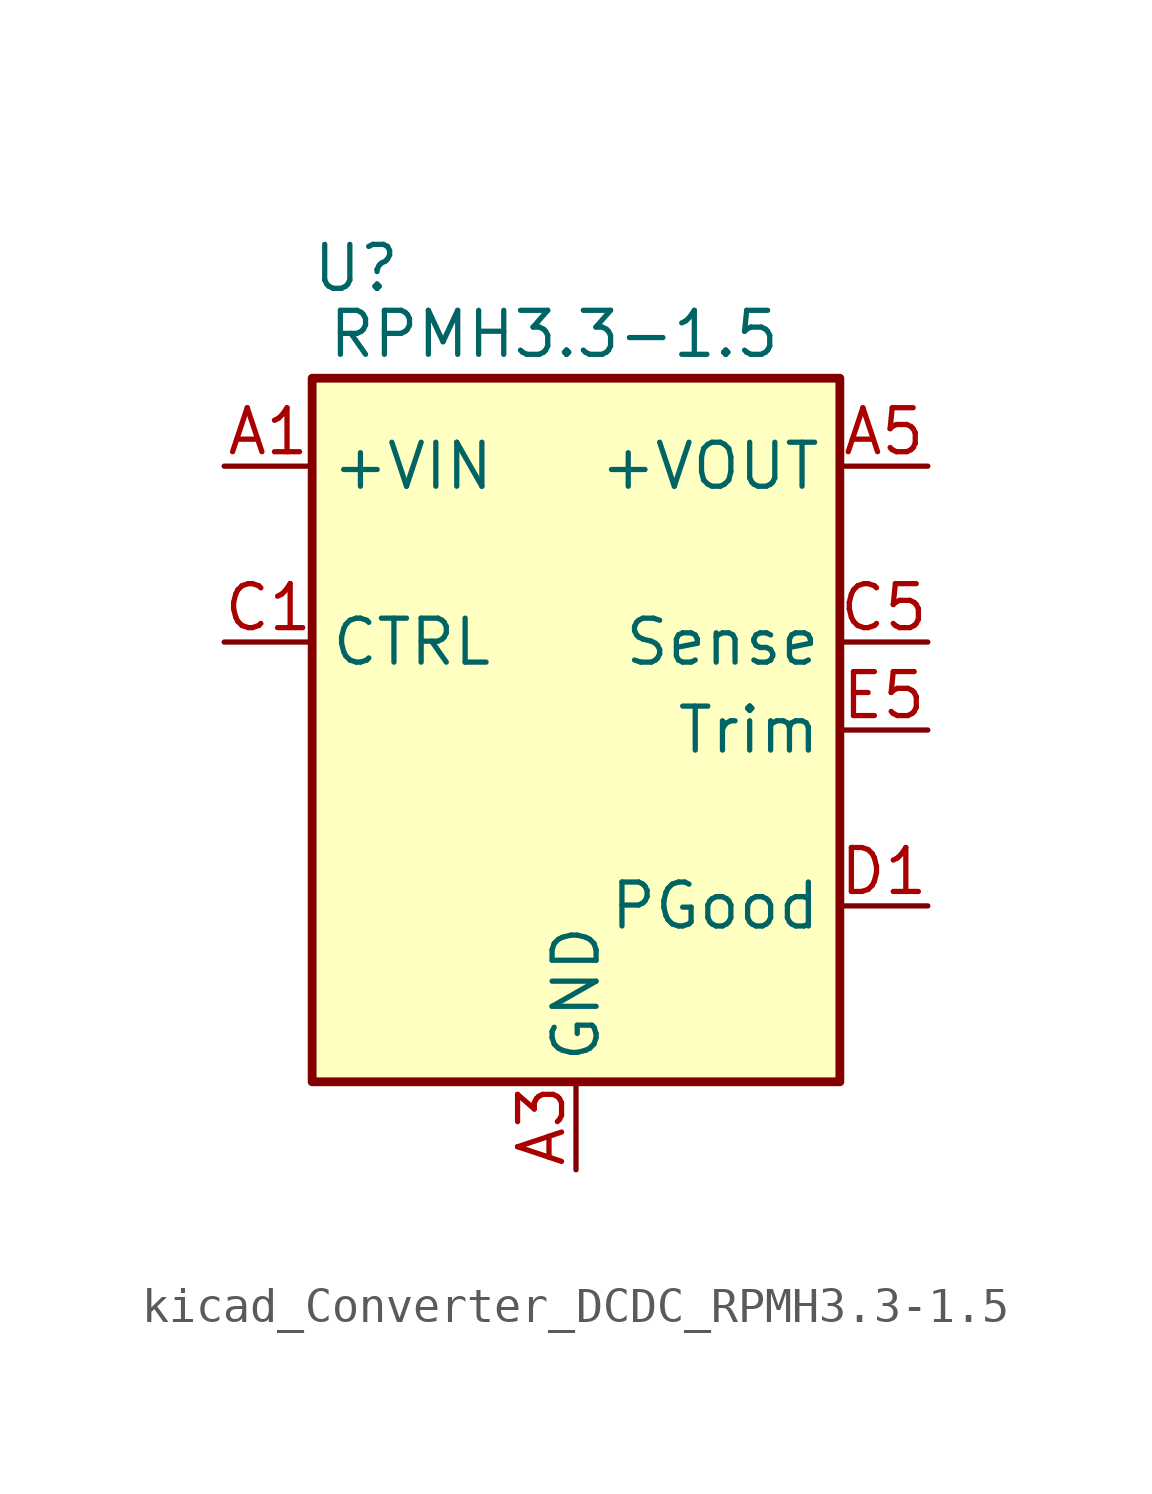
<source format=kicad_sym>
(kicad_symbol_lib
  (version 20220914)
  (generator kicad_symbol_editor)
  (symbol "kicad_Converter_DCDC_RPMH3.3-1.5"
    (property "Reference" "U"
      (at -6.35 13.335 0)
      (effects (font (size 1.27 1.27))))
    (property "Value" "RPMH3.3-1.5"
      (at -0.635 11.43 0)
      (effects (font (size 1.27 1.27))))
    (symbol "kicad_Converter_DCDC_RPMH3.3-1.5_0_1"
      (rectangle (start -7.62 10.16) (end 7.62 -10.16) (stroke (width 0.254) (type default)) (fill (type background))))
    (symbol "kicad_Converter_DCDC_RPMH3.3-1.5_1_1"
      (pin power_in line (at -10.16 7.62 0) (length 2.54) (name "+VIN" (effects (font (size 1.27 1.27)))) (number "A1" (effects (font (size 1.27 1.27)))))
      (pin passive line (at -10.16 7.62 0) (length 2.54) hide (name "+VIN" (effects (font (size 1.27 1.27)))) (number "A2" (effects (font (size 1.27 1.27)))))
      (pin power_in line (at 0 -12.7 90) (length 2.54) (name "GND" (effects (font (size 1.27 1.27)))) (number "A3" (effects (font (size 1.27 1.27)))))
      (pin passive line (at 0 -12.7 90) (length 2.54) hide (name "GND" (effects (font (size 1.27 1.27)))) (number "A4" (effects (font (size 1.27 1.27)))))
      (pin power_out line (at 10.16 7.62 180) (length 2.54) (name "+VOUT" (effects (font (size 1.27 1.27)))) (number "A5" (effects (font (size 1.27 1.27)))))
      (pin passive line (at 0 -12.7 90) (length 2.54) hide (name "GND" (effects (font (size 1.27 1.27)))) (number "B1" (effects (font (size 1.27 1.27)))))
      (pin passive line (at 0 -12.7 90) (length 2.54) hide (name "GND" (effects (font (size 1.27 1.27)))) (number "B2" (effects (font (size 1.27 1.27)))))
      (pin passive line (at 0 -12.7 90) (length 2.54) hide (name "GND" (effects (font (size 1.27 1.27)))) (number "B3" (effects (font (size 1.27 1.27)))))
      (pin passive line (at 0 -12.7 90) (length 2.54) hide (name "GND" (effects (font (size 1.27 1.27)))) (number "B4" (effects (font (size 1.27 1.27)))))
      (pin passive line (at 10.16 7.62 180) (length 2.54) hide (name "+VOUT" (effects (font (size 1.27 1.27)))) (number "B5" (effects (font (size 1.27 1.27)))))
      (pin input line (at -10.16 2.54 0) (length 2.54) (name "CTRL" (effects (font (size 1.27 1.27)))) (number "C1" (effects (font (size 1.27 1.27)))))
      (pin passive line (at 0 -12.7 90) (length 2.54) hide (name "GND" (effects (font (size 1.27 1.27)))) (number "C2" (effects (font (size 1.27 1.27)))))
      (pin passive line (at 0 -12.7 90) (length 2.54) hide (name "GND" (effects (font (size 1.27 1.27)))) (number "C3" (effects (font (size 1.27 1.27)))))
      (pin passive line (at 0 -12.7 90) (length 2.54) hide (name "GND" (effects (font (size 1.27 1.27)))) (number "C4" (effects (font (size 1.27 1.27)))))
      (pin input line (at 10.16 2.54 180) (length 2.54) (name "Sense" (effects (font (size 1.27 1.27)))) (number "C5" (effects (font (size 1.27 1.27)))))
      (pin output line (at 10.16 -5.08 180) (length 2.54) (name "PGood" (effects (font (size 1.27 1.27)))) (number "D1" (effects (font (size 1.27 1.27)))))
      (pin passive line (at 0 -12.7 90) (length 2.54) hide (name "GND" (effects (font (size 1.27 1.27)))) (number "D2" (effects (font (size 1.27 1.27)))))
      (pin passive line (at 0 -12.7 90) (length 2.54) hide (name "GND" (effects (font (size 1.27 1.27)))) (number "D3" (effects (font (size 1.27 1.27)))))
      (pin passive line (at 0 -12.7 90) (length 2.54) hide (name "GND" (effects (font (size 1.27 1.27)))) (number "D4" (effects (font (size 1.27 1.27)))))
      (pin passive line (at 0 -12.7 90) (length 2.54) hide (name "GND" (effects (font (size 1.27 1.27)))) (number "D5" (effects (font (size 1.27 1.27)))))
      (pin no_connect line (at -7.62 -2.54 0) (length 2.54) hide (name "NC" (effects (font (size 1.27 1.27)))) (number "E1" (effects (font (size 1.27 1.27)))))
      (pin no_connect line (at -7.62 -5.08 0) (length 2.54) hide (name "NC" (effects (font (size 1.27 1.27)))) (number "E2" (effects (font (size 1.27 1.27)))))
      (pin passive line (at 0 -12.7 90) (length 2.54) hide (name "GND" (effects (font (size 1.27 1.27)))) (number "E3" (effects (font (size 1.27 1.27)))))
      (pin passive line (at 0 -12.7 90) (length 2.54) hide (name "GND" (effects (font (size 1.27 1.27)))) (number "E4" (effects (font (size 1.27 1.27)))))
      (pin input line (at 10.16 0 180) (length 2.54) (name "Trim" (effects (font (size 1.27 1.27)))) (number "E5" (effects (font (size 1.27 1.27))))))))
</source>
